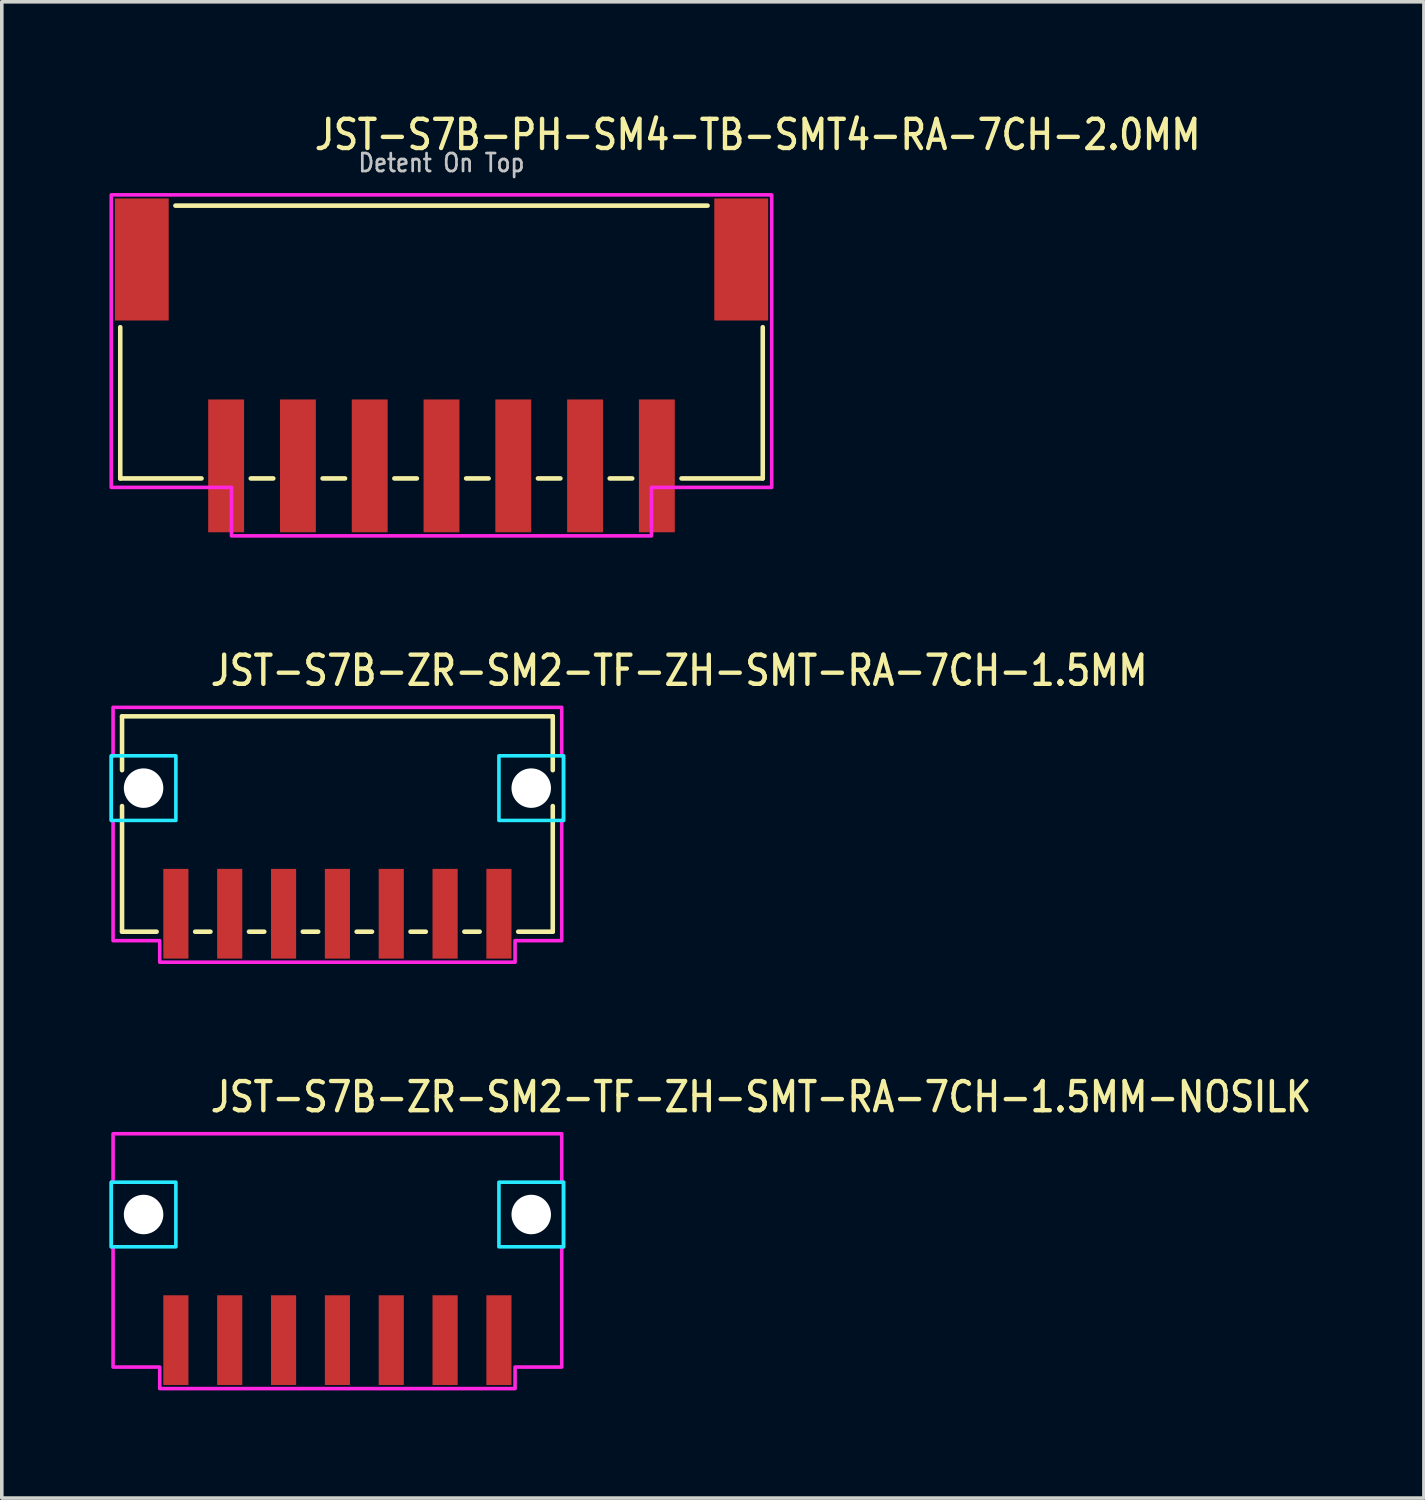
<source format=kicad_pcb>
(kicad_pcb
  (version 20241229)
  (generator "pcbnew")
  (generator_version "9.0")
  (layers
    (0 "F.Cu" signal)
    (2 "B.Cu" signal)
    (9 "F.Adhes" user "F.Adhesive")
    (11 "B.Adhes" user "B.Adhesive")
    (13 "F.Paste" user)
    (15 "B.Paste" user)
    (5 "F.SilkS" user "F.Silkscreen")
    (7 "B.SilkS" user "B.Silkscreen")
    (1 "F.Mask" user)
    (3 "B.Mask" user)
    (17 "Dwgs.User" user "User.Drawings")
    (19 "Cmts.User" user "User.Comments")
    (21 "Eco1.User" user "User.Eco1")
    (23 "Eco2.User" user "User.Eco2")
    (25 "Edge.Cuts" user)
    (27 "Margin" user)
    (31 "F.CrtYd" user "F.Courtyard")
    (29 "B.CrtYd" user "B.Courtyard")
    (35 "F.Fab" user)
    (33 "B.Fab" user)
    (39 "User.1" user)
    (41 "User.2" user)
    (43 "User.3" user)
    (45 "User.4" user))
  (footprint "JST-S7B-ZR-SM2-TF-ZH-SMT-RA-7CH-1.5MM"
    (layer "F.Cu")
    (at 6.35 18.907)
    (property "Reference" "JST-S7B-ZR-SM2-TF-ZH-SMT-RA-7CH-1.5MM" (at -3.6 -2.8 0) (unlocked yes) (layer "F.SilkS") (effects (font (size 0.813 0.695) (thickness 0.122)) (justify left bottom)))
    (fp_line (start -6 -2) (end -6 -0.5) (stroke (width 0.127) (type solid)) (layer "F.SilkS"))
    (fp_line (start -6 -2) (end 6 -2) (stroke (width 0.127) (type solid)) (layer "F.SilkS"))
    (fp_line (start -6 4) (end -6 0.5) (stroke (width 0.127) (type solid)) (layer "F.SilkS"))
    (fp_line (start -6 4) (end -5.037 4) (stroke (width 0.127) (type solid)) (layer "F.SilkS"))
    (fp_line (start -3.963 4) (end -3.537 4) (stroke (width 0.127) (type solid)) (layer "F.SilkS"))
    (fp_line (start -2.463 4) (end -2.037 4) (stroke (width 0.127) (type solid)) (layer "F.SilkS"))
    (fp_line (start -0.964 4) (end -0.536 4) (stroke (width 0.127) (type solid)) (layer "F.SilkS"))
    (fp_line (start 0.536 4) (end 0.964 4) (stroke (width 0.127) (type solid)) (layer "F.SilkS"))
    (fp_line (start 2.037 4) (end 2.463 4) (stroke (width 0.127) (type solid)) (layer "F.SilkS"))
    (fp_line (start 3.537 4) (end 3.963 4) (stroke (width 0.127) (type solid)) (layer "F.SilkS"))
    (fp_line (start 5.037 4) (end 6 4) (stroke (width 0.127) (type solid)) (layer "F.SilkS"))
    (fp_line (start 6 -0.5) (end 6 -2) (stroke (width 0.127) (type solid)) (layer "F.SilkS"))
    (fp_line (start 6 0.5) (end 6 4) (stroke (width 0.127) (type solid)) (layer "F.SilkS"))
    (fp_poly (pts (xy -6.3 -0.9) (xy -6.3 0.9) (xy -4.5 0.9) (xy -4.5 -0.9)) (stroke (width 0.1) (type solid)) (fill no) (layer "B.CrtYd"))
    (fp_poly (pts (xy 6.3 -0.9) (xy 6.3 0.9) (xy 4.5 0.9) (xy 4.5 -0.9)) (stroke (width 0.1) (type solid)) (fill no) (layer "B.CrtYd"))
    (fp_poly (pts (xy -6.25 -2.25) (xy -6.25 -0.9) (xy -6.3 -0.9) (xy -6.3 0.9) (xy -6.25 0.9) (xy -6.25 4.25) (xy -4.95 4.25) (xy -4.95 4.85) (xy 4.95 4.85) (xy 4.95 4.25) (xy 6.25 4.25) (xy 6.25 0.9) (xy 6.3 0.9) (xy 6.3 -0.9) (xy 6.25 -0.9) (xy 6.25 -2.25)) (stroke (width 0.1) (type solid)) (fill no) (layer "F.CrtYd"))
    (pad "" np_thru_hole circle (at -5.4 0) (size 1.1 1.1) (drill 1.1) (layers "*.Cu" "*.Mask"))
    (pad "" np_thru_hole circle (at 5.4 0) (size 1.1 1.1) (drill 1.1) (layers "*.Cu" "*.Mask"))
    (pad "1" smd rect (at 4.5 3.5) (size 0.7 2.5) (layers "F.Cu" "F.Mask" "F.Paste"))
    (pad "2" smd rect (at 3 3.5) (size 0.7 2.5) (layers "F.Cu" "F.Mask" "F.Paste"))
    (pad "3" smd rect (at 1.5 3.5) (size 0.7 2.5) (layers "F.Cu" "F.Mask" "F.Paste"))
    (pad "4" smd rect (at 0 3.5) (size 0.7 2.5) (layers "F.Cu" "F.Mask" "F.Paste"))
    (pad "5" smd rect (at -1.5 3.5) (size 0.7 2.5) (layers "F.Cu" "F.Mask" "F.Paste"))
    (pad "6" smd rect (at -3 3.5) (size 0.7 2.5) (layers "F.Cu" "F.Mask" "F.Paste"))
    (pad "7" smd rect (at -4.5 3.5) (size 0.7 2.5) (layers "F.Cu" "F.Mask" "F.Paste")))
  (footprint "JST-S7B-PH-SM4-TB-SMT4-RA-7CH-2.0MM"
    (layer "F.Cu")
    (at 9.25 4.179)
    (property "Reference" "JST-S7B-PH-SM4-TB-SMT4-RA-7CH-2.0MM" (at -3.6 -3 0) (unlocked yes) (layer "F.SilkS") (effects (font (size 0.813 0.695) (thickness 0.122)) (justify left bottom)))
    (fp_line (start -8.95 6.1) (end -8.95 1.887) (stroke (width 0.127) (type solid)) (layer "F.SilkS"))
    (fp_line (start -8.95 6.1) (end -6.686 6.1) (stroke (width 0.127) (type solid)) (layer "F.SilkS"))
    (fp_line (start -7.413 -1.5) (end 7.413 -1.5) (stroke (width 0.127) (type solid)) (layer "F.SilkS"))
    (fp_line (start -5.314 6.1) (end -4.686 6.1) (stroke (width 0.127) (type solid)) (layer "F.SilkS"))
    (fp_line (start -3.313 6.1) (end -2.687 6.1) (stroke (width 0.127) (type solid)) (layer "F.SilkS"))
    (fp_line (start -1.313 6.1) (end -0.686 6.1) (stroke (width 0.127) (type solid)) (layer "F.SilkS"))
    (fp_line (start 0.686 6.1) (end 1.313 6.1) (stroke (width 0.127) (type solid)) (layer "F.SilkS"))
    (fp_line (start 2.687 6.1) (end 3.313 6.1) (stroke (width 0.127) (type solid)) (layer "F.SilkS"))
    (fp_line (start 4.686 6.1) (end 5.314 6.1) (stroke (width 0.127) (type solid)) (layer "F.SilkS"))
    (fp_line (start 6.686 6.1) (end 8.95 6.1) (stroke (width 0.127) (type solid)) (layer "F.SilkS"))
    (fp_line (start 8.95 1.887) (end 8.95 6.1) (stroke (width 0.127) (type solid)) (layer "F.SilkS"))
    (fp_poly (pts (xy -9.2 -1.8) (xy -9.2 6.35) (xy -5.85 6.35) (xy -5.85 7.7) (xy 5.85 7.7) (xy 5.85 6.35) (xy 9.2 6.35) (xy 9.2 -1.8)) (stroke (width 0.1) (type solid)) (fill no) (layer "F.CrtYd"))
    (fp_text user "Detent On Top" (at 0 -2.4 0) (unlocked yes) (layer "Dwgs.User") (effects (font (size 0.5 0.427) (thickness 0.075)) (justify bottom)))
    (pad "1" smd rect (at 6 5.75) (size 1 3.7) (layers "F.Cu" "F.Mask" "F.Paste"))
    (pad "2" smd rect (at 4 5.75) (size 1 3.7) (layers "F.Cu" "F.Mask" "F.Paste"))
    (pad "3" smd rect (at 2 5.75) (size 1 3.7) (layers "F.Cu" "F.Mask" "F.Paste"))
    (pad "4" smd rect (at 0 5.75) (size 1 3.7) (layers "F.Cu" "F.Mask" "F.Paste"))
    (pad "5" smd rect (at -2 5.75) (size 1 3.7) (layers "F.Cu" "F.Mask" "F.Paste"))
    (pad "6" smd rect (at -4 5.75) (size 1 3.7) (layers "F.Cu" "F.Mask" "F.Paste"))
    (pad "7" smd rect (at -6 5.75) (size 1 3.7) (layers "F.Cu" "F.Mask" "F.Paste"))
    (pad "S_1" smd rect (at -8.35 0) (size 1.5 3.4) (layers "F.Cu" "F.Mask" "F.Paste"))
    (pad "S_2" smd rect (at 8.35 0) (size 1.5 3.4) (layers "F.Cu" "F.Mask" "F.Paste")))
  (footprint "JST-S7B-ZR-SM2-TF-ZH-SMT-RA-7CH-1.5MM-NOSILK"
    (layer "F.Cu")
    (at 6.35 30.786)
    (property "Reference" "JST-S7B-ZR-SM2-TF-ZH-SMT-RA-7CH-1.5MM-NOSILK" (at -3.6 -2.8 0) (unlocked yes) (layer "F.SilkS") (effects (font (size 0.813 0.695) (thickness 0.122)) (justify left bottom)))
    (fp_poly (pts (xy -6.3 -0.9) (xy -6.3 0.9) (xy -4.5 0.9) (xy -4.5 -0.9)) (stroke (width 0.1) (type solid)) (fill no) (layer "B.CrtYd"))
    (fp_poly (pts (xy 6.3 -0.9) (xy 6.3 0.9) (xy 4.5 0.9) (xy 4.5 -0.9)) (stroke (width 0.1) (type solid)) (fill no) (layer "B.CrtYd"))
    (fp_poly (pts (xy -6.25 -2.25) (xy -6.25 -0.9) (xy -6.3 -0.9) (xy -6.3 0.9) (xy -6.25 0.9) (xy -6.25 4.25) (xy -4.95 4.25) (xy -4.95 4.85) (xy 4.95 4.85) (xy 4.95 4.25) (xy 6.25 4.25) (xy 6.25 0.9) (xy 6.3 0.9) (xy 6.3 -0.9) (xy 6.25 -0.9) (xy 6.25 -2.25)) (stroke (width 0.1) (type solid)) (fill no) (layer "F.CrtYd"))
    (pad "" np_thru_hole circle (at -5.4 0) (size 1.1 1.1) (drill 1.1) (layers "*.Cu" "*.Mask"))
    (pad "" np_thru_hole circle (at 5.4 0) (size 1.1 1.1) (drill 1.1) (layers "*.Cu" "*.Mask"))
    (pad "1" smd rect (at 4.5 3.5) (size 0.7 2.5) (layers "F.Cu" "F.Mask" "F.Paste"))
    (pad "2" smd rect (at 3 3.5) (size 0.7 2.5) (layers "F.Cu" "F.Mask" "F.Paste"))
    (pad "3" smd rect (at 1.5 3.5) (size 0.7 2.5) (layers "F.Cu" "F.Mask" "F.Paste"))
    (pad "4" smd rect (at 0 3.5) (size 0.7 2.5) (layers "F.Cu" "F.Mask" "F.Paste"))
    (pad "5" smd rect (at -1.5 3.5) (size 0.7 2.5) (layers "F.Cu" "F.Mask" "F.Paste"))
    (pad "6" smd rect (at -3 3.5) (size 0.7 2.5) (layers "F.Cu" "F.Mask" "F.Paste"))
    (pad "7" smd rect (at -4.5 3.5) (size 0.7 2.5) (layers "F.Cu" "F.Mask" "F.Paste")))
  (gr_rect
    (start -3 -3)
    (end 36.62 38.686)
    (stroke (width 0.1) (type default))
    (fill no)
    (layer "Edge.Cuts")))
</source>
